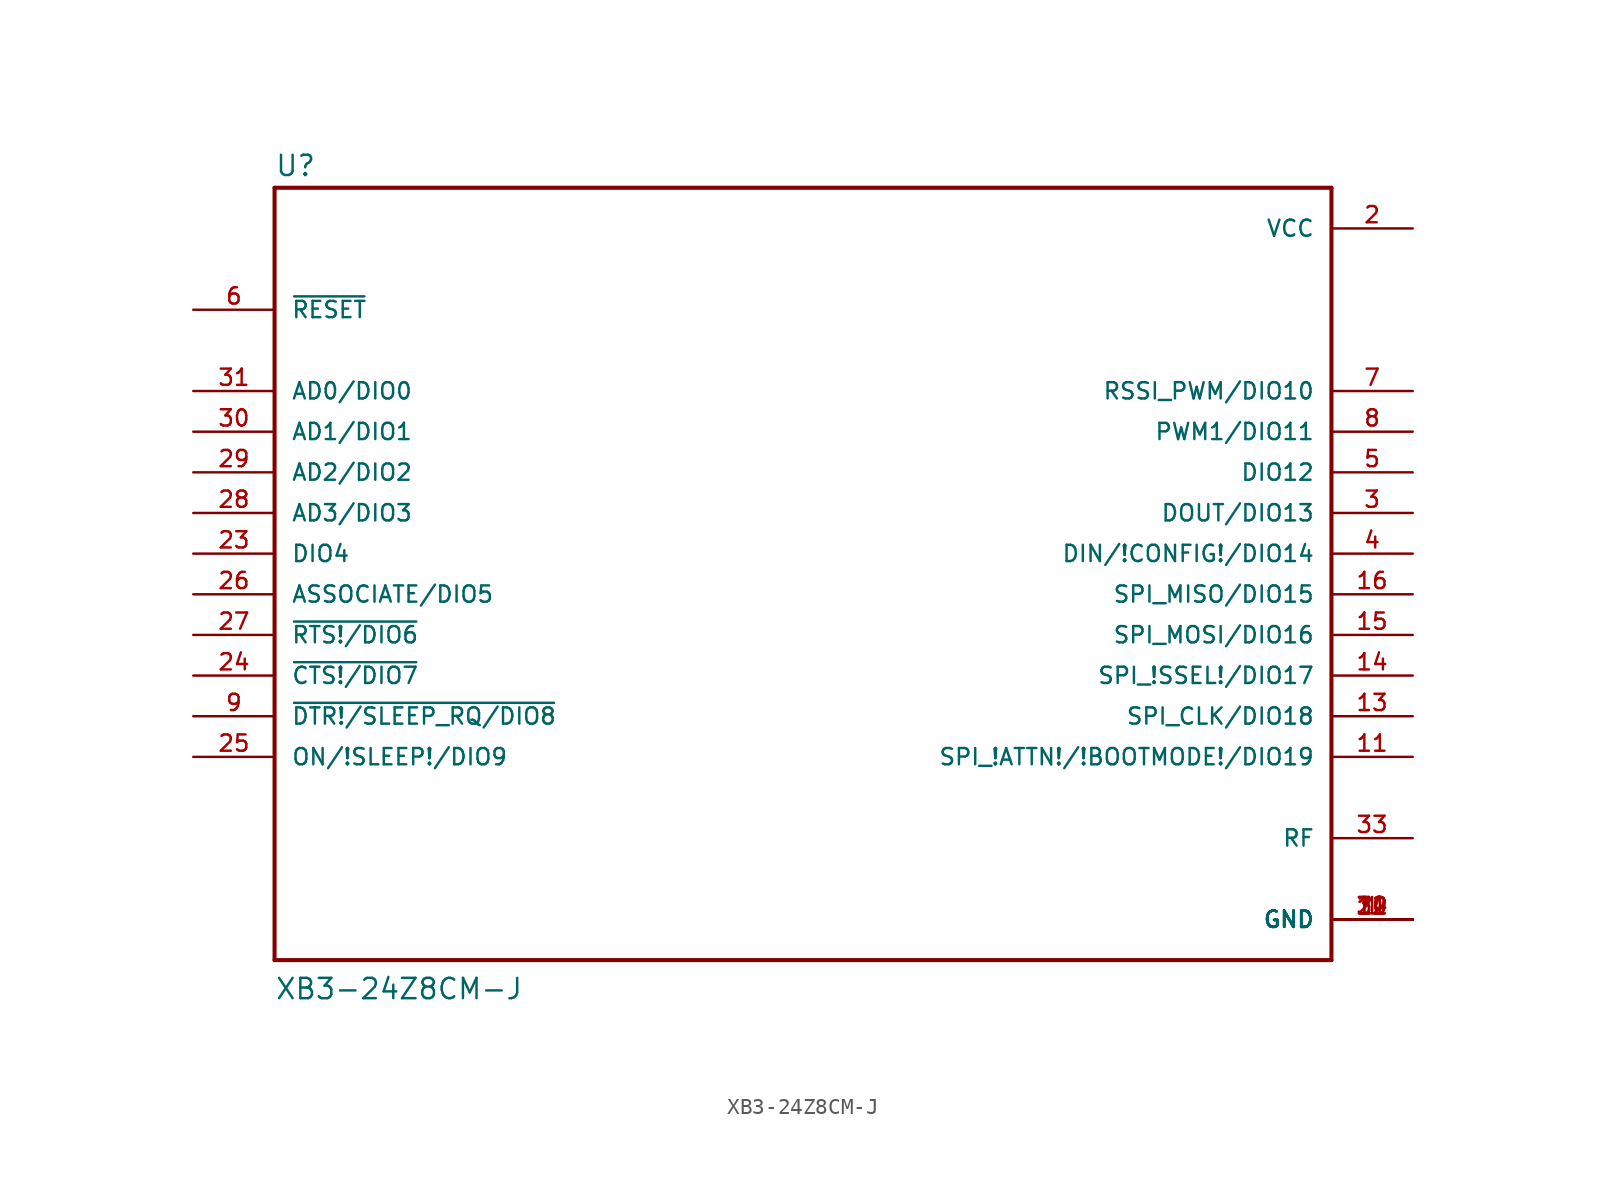
<source format=kicad_sym>
(kicad_symbol_lib
  (version 20211014)
  (generator kicad_symbol_editor)
  (symbol "XB3-24Z8CM-J"
    (pin_names
      (offset 1.016))
    (property "Reference" "U"
      (at -33.02 26.035 0)
      (effects (font (size 1.27 1.27)) (justify left bottom)))
    (property "Value" "XB3-24Z8CM-J"
      (at -33.02 -25.4 0)
      (effects (font (size 1.27 1.27)) (justify left bottom)))
    (property "ki_locked" ""
      (at 0 0 0)
      (effects (font (size 1.27 1.27))))
    (symbol "XB3-24Z8CM-J_0_0"
      (polyline (pts (xy -33.02 -22.86) (xy 33.02 -22.86)) (stroke (width 0.254) (type default) (color 0 0 0 0)) (fill (type none)))
      (polyline (pts (xy -33.02 25.4) (xy -33.02 -22.86)) (stroke (width 0.254) (type default) (color 0 0 0 0)) (fill (type none)))
      (polyline (pts (xy 33.02 -22.86) (xy 33.02 25.4)) (stroke (width 0.254) (type default) (color 0 0 0 0)) (fill (type none)))
      (polyline (pts (xy 33.02 25.4) (xy -33.02 25.4)) (stroke (width 0.254) (type default) (color 0 0 0 0)) (fill (type none)))
      (pin power_in line (at 38.1 -20.32 180) (length 5.08) (name "GND" (effects (font (size 1.016 1.016)))) (number "1" (effects (font (size 1.016 1.016)))))
      (pin power_in line (at 38.1 -20.32 180) (length 5.08) (name "GND" (effects (font (size 1.016 1.016)))) (number "10" (effects (font (size 1.016 1.016)))))
      (pin bidirectional line (at 38.1 -10.16 180) (length 5.08) (name "SPI_!ATTN!/!BOOTMODE!/DIO19" (effects (font (size 1.016 1.016)))) (number "11" (effects (font (size 1.016 1.016)))))
      (pin power_in line (at 38.1 -20.32 180) (length 5.08) (name "GND" (effects (font (size 1.016 1.016)))) (number "12" (effects (font (size 1.016 1.016)))))
      (pin bidirectional line (at 38.1 -7.62 180) (length 5.08) (name "SPI_CLK/DIO18" (effects (font (size 1.016 1.016)))) (number "13" (effects (font (size 1.016 1.016)))))
      (pin bidirectional line (at 38.1 -5.08 180) (length 5.08) (name "SPI_!SSEL!/DIO17" (effects (font (size 1.016 1.016)))) (number "14" (effects (font (size 1.016 1.016)))))
      (pin bidirectional line (at 38.1 -2.54 180) (length 5.08) (name "SPI_MOSI/DIO16" (effects (font (size 1.016 1.016)))) (number "15" (effects (font (size 1.016 1.016)))))
      (pin bidirectional line (at 38.1 0 180) (length 5.08) (name "SPI_MISO/DIO15" (effects (font (size 1.016 1.016)))) (number "16" (effects (font (size 1.016 1.016)))))
      (pin power_in line (at 38.1 22.86 180) (length 5.08) (name "VCC" (effects (font (size 1.016 1.016)))) (number "2" (effects (font (size 1.016 1.016)))))
      (pin power_in line (at 38.1 -20.32 180) (length 5.08) (name "GND" (effects (font (size 1.016 1.016)))) (number "21" (effects (font (size 1.016 1.016)))))
      (pin bidirectional line (at -38.1 2.54 0) (length 5.08) (name "DIO4" (effects (font (size 1.016 1.016)))) (number "23" (effects (font (size 1.016 1.016)))))
      (pin bidirectional line (at -38.1 -5.08 0) (length 5.08) (name "~{CTS!/DIO7}" (effects (font (size 1.016 1.016)))) (number "24" (effects (font (size 1.016 1.016)))))
      (pin bidirectional line (at -38.1 -10.16 0) (length 5.08) (name "ON/!SLEEP!/DIO9" (effects (font (size 1.016 1.016)))) (number "25" (effects (font (size 1.016 1.016)))))
      (pin bidirectional line (at -38.1 0 0) (length 5.08) (name "ASSOCIATE/DIO5" (effects (font (size 1.016 1.016)))) (number "26" (effects (font (size 1.016 1.016)))))
      (pin bidirectional line (at -38.1 -2.54 0) (length 5.08) (name "~{RTS!/DIO6}" (effects (font (size 1.016 1.016)))) (number "27" (effects (font (size 1.016 1.016)))))
      (pin bidirectional line (at -38.1 5.08 0) (length 5.08) (name "AD3/DIO3" (effects (font (size 1.016 1.016)))) (number "28" (effects (font (size 1.016 1.016)))))
      (pin bidirectional line (at -38.1 7.62 0) (length 5.08) (name "AD2/DIO2" (effects (font (size 1.016 1.016)))) (number "29" (effects (font (size 1.016 1.016)))))
      (pin bidirectional line (at 38.1 5.08 180) (length 5.08) (name "DOUT/DIO13" (effects (font (size 1.016 1.016)))) (number "3" (effects (font (size 1.016 1.016)))))
      (pin bidirectional line (at -38.1 10.16 0) (length 5.08) (name "AD1/DIO1" (effects (font (size 1.016 1.016)))) (number "30" (effects (font (size 1.016 1.016)))))
      (pin bidirectional line (at -38.1 12.7 0) (length 5.08) (name "AD0/DIO0" (effects (font (size 1.016 1.016)))) (number "31" (effects (font (size 1.016 1.016)))))
      (pin power_in line (at 38.1 -20.32 180) (length 5.08) (name "GND" (effects (font (size 1.016 1.016)))) (number "32" (effects (font (size 1.016 1.016)))))
      (pin bidirectional line (at 38.1 -15.24 180) (length 5.08) (name "RF" (effects (font (size 1.016 1.016)))) (number "33" (effects (font (size 1.016 1.016)))))
      (pin power_in line (at 38.1 -20.32 180) (length 5.08) (name "GND" (effects (font (size 1.016 1.016)))) (number "34" (effects (font (size 1.016 1.016)))))
      (pin bidirectional line (at 38.1 2.54 180) (length 5.08) (name "DIN/!CONFIG!/DIO14" (effects (font (size 1.016 1.016)))) (number "4" (effects (font (size 1.016 1.016)))))
      (pin bidirectional line (at 38.1 7.62 180) (length 5.08) (name "DIO12" (effects (font (size 1.016 1.016)))) (number "5" (effects (font (size 1.016 1.016)))))
      (pin input line (at -38.1 17.78 0) (length 5.08) (name "~{RESET}" (effects (font (size 1.016 1.016)))) (number "6" (effects (font (size 1.016 1.016)))))
      (pin bidirectional line (at 38.1 12.7 180) (length 5.08) (name "RSSI_PWM/DIO10" (effects (font (size 1.016 1.016)))) (number "7" (effects (font (size 1.016 1.016)))))
      (pin bidirectional line (at 38.1 10.16 180) (length 5.08) (name "PWM1/DIO11" (effects (font (size 1.016 1.016)))) (number "8" (effects (font (size 1.016 1.016)))))
      (pin bidirectional line (at -38.1 -7.62 0) (length 5.08) (name "~{DTR!/SLEEP_RQ/DIO8}" (effects (font (size 1.016 1.016)))) (number "9" (effects (font (size 1.016 1.016))))))))
</source>
